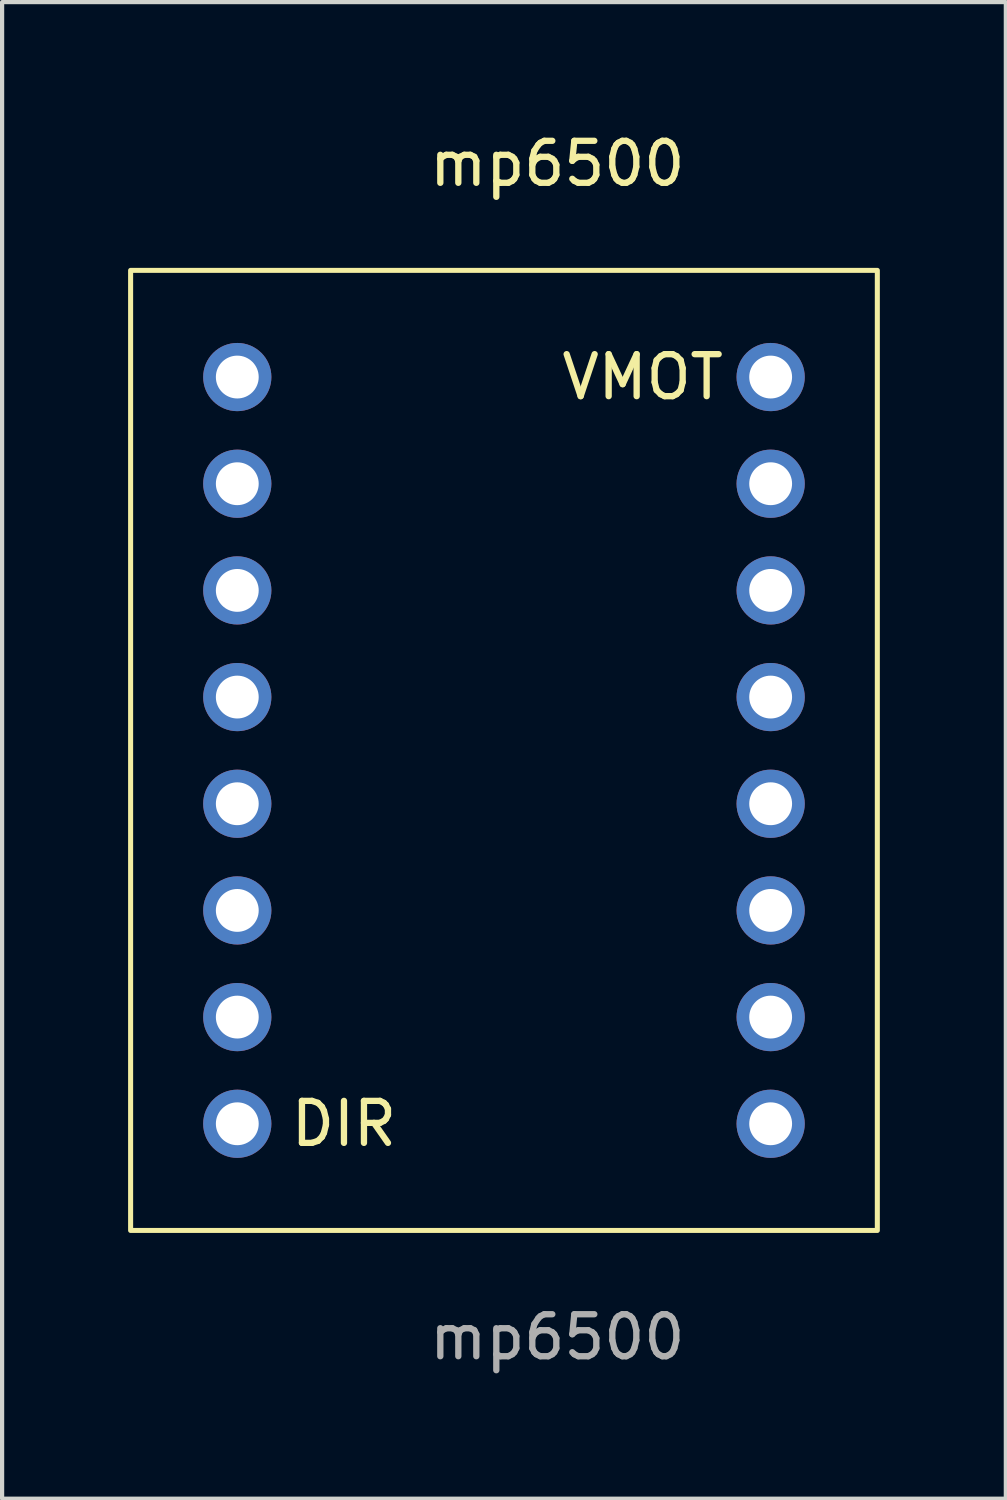
<source format=kicad_pcb>
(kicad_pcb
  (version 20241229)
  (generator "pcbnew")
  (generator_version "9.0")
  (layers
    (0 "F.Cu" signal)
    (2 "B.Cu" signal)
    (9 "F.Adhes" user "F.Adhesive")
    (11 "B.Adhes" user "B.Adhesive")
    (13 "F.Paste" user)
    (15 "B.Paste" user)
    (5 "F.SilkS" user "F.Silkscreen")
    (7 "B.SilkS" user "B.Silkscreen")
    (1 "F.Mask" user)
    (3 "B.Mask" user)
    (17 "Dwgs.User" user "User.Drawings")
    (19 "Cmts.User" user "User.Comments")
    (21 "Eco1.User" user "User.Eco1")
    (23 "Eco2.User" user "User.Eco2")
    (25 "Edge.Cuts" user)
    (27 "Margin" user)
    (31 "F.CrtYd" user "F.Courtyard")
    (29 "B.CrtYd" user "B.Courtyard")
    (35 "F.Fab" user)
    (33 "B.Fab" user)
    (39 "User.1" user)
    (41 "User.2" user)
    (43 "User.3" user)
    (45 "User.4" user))
  (footprint "mp6500"
    (layer "F.Cu")
    (at 2.6 5.928)
    (property "Reference" "mp6500" (at 7.62 -5.08 0) (unlocked yes) (layer "F.SilkS") (effects (font (size 1 1) (thickness 0.15))))
    (attr through_hole)
    (fp_rect (start -2.54 -2.54) (end 15.24 20.32) (stroke (width 0.12) (type solid)) (fill no) (layer "F.SilkS"))
    (fp_text user "DIR" (at 2.54 17.78 0) (unlocked yes) (layer "F.SilkS") (effects (font (size 1 1) (thickness 0.15))))
    (fp_text user "VMOT" (at 9.652 0 0) (unlocked yes) (layer "F.SilkS") (effects (font (size 1 1) (thickness 0.15))))
    (fp_text user "${REFERENCE}" (at 7.62 22.86 0) (unlocked yes) (layer "F.Fab") (effects (font (size 1 1) (thickness 0.15))))
    (pad "1" thru_hole circle (at 0 0) (size 1.624 1.624) (drill 1.02) (layers "*.Cu" "*.Mask"))
    (pad "2" thru_hole circle (at 0 2.54) (size 1.624 1.624) (drill 1.02) (layers "*.Cu" "*.Mask"))
    (pad "3" thru_hole circle (at 0 5.08) (size 1.624 1.624) (drill 1.02) (layers "*.Cu" "*.Mask"))
    (pad "4" thru_hole circle (at 0 7.62) (size 1.624 1.624) (drill 1.02) (layers "*.Cu" "*.Mask"))
    (pad "5" thru_hole circle (at 0 10.16) (size 1.624 1.624) (drill 1.02) (layers "*.Cu" "*.Mask"))
    (pad "6" thru_hole circle (at 0 12.7) (size 1.624 1.624) (drill 1.02) (layers "*.Cu" "*.Mask"))
    (pad "7" thru_hole circle (at 0 15.24) (size 1.624 1.624) (drill 1.02) (layers "*.Cu" "*.Mask"))
    (pad "8" thru_hole circle (at 0 17.78) (size 1.624 1.624) (drill 1.02) (layers "*.Cu" "*.Mask"))
    (pad "9" thru_hole circle (at 12.7 0) (size 1.624 1.624) (drill 1.02) (layers "*.Cu" "*.Mask"))
    (pad "10" thru_hole circle (at 12.7 2.54) (size 1.624 1.624) (drill 1.02) (layers "*.Cu" "*.Mask"))
    (pad "11" thru_hole circle (at 12.7 5.08) (size 1.624 1.624) (drill 1.02) (layers "*.Cu" "*.Mask"))
    (pad "12" thru_hole circle (at 12.7 7.62) (size 1.624 1.624) (drill 1.02) (layers "*.Cu" "*.Mask"))
    (pad "13" thru_hole circle (at 12.7 10.16) (size 1.624 1.624) (drill 1.02) (layers "*.Cu" "*.Mask"))
    (pad "14" thru_hole circle (at 12.7 12.7) (size 1.624 1.624) (drill 1.02) (layers "*.Cu" "*.Mask"))
    (pad "15" thru_hole circle (at 12.7 15.24) (size 1.624 1.624) (drill 1.02) (layers "*.Cu" "*.Mask"))
    (pad "16" thru_hole circle (at 12.7 17.78) (size 1.624 1.624) (drill 1.02) (layers "*.Cu" "*.Mask")))
  (gr_rect
    (start -3 -3)
    (end 20.9 32.636)
    (stroke (width 0.1) (type default))
    (fill no)
    (layer "Edge.Cuts")))
</source>
